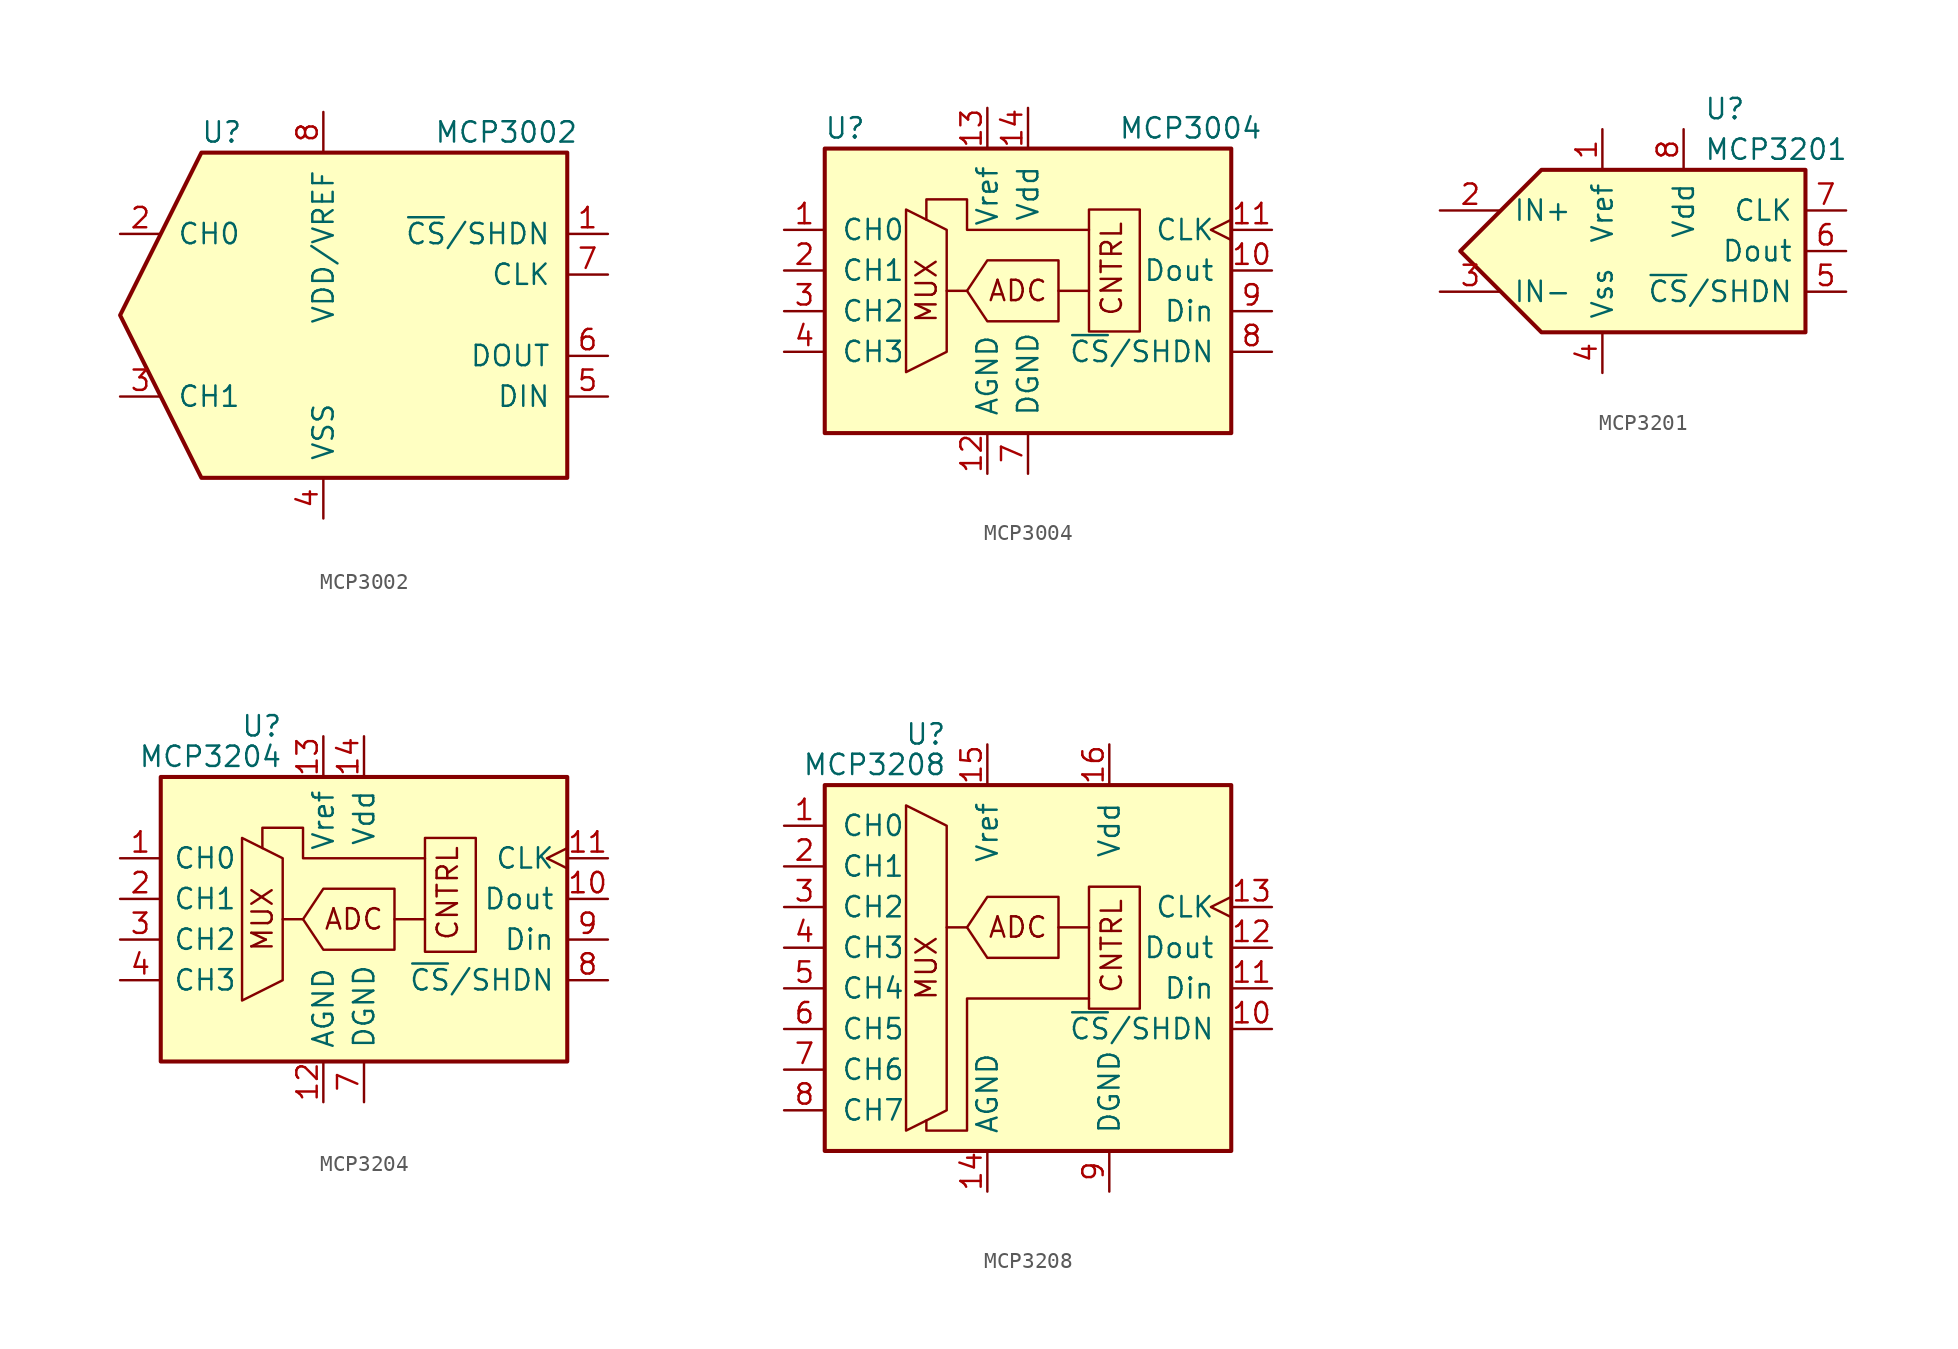
<source format=kicad_sym>
(kicad_symbol_lib
  (version 20200908)
  (generator kicad_symbol_editor)
  (symbol "Analog_ADC:MCP3002"
    (pin_names
      (offset 1.016))
    (property "Reference" "U"
      (at -6.35 11.43 0)
      (effects (font (size 1.27 1.27))))
    (property "Value" "MCP3002"
      (at 11.43 11.43 0)
      (effects (font (size 1.27 1.27))))
    (symbol "MCP3002_0_1"
      (polyline (pts (xy 15.24 10.16) (xy -7.62 10.16) (xy -12.7 0) (xy -7.62 -10.16) (xy 15.24 -10.16) (xy 15.24 10.16)) (stroke (width 0.254)) (fill (type background))))
    (symbol "MCP3002_1_1"
      (pin input line (at 17.78 5.08 180) (length 2.54) (name "~CS~/SHDN" (effects (font (size 1.27 1.27)))) (number "1" (effects (font (size 1.27 1.27)))))
      (pin passive line (at -12.7 5.08 0) (length 2.54) (name "CH0" (effects (font (size 1.27 1.27)))) (number "2" (effects (font (size 1.27 1.27)))))
      (pin passive line (at -12.7 -5.08 0) (length 2.54) (name "CH1" (effects (font (size 1.27 1.27)))) (number "3" (effects (font (size 1.27 1.27)))))
      (pin power_in line (at 0 -12.7 90) (length 2.54) (name "VSS" (effects (font (size 1.27 1.27)))) (number "4" (effects (font (size 1.27 1.27)))))
      (pin input line (at 17.78 -5.08 180) (length 2.54) (name "DIN" (effects (font (size 1.27 1.27)))) (number "5" (effects (font (size 1.27 1.27)))))
      (pin output line (at 17.78 -2.54 180) (length 2.54) (name "DOUT" (effects (font (size 1.27 1.27)))) (number "6" (effects (font (size 1.27 1.27)))))
      (pin input line (at 17.78 2.54 180) (length 2.54) (name "CLK" (effects (font (size 1.27 1.27)))) (number "7" (effects (font (size 1.27 1.27)))))
      (pin power_in line (at 0 12.7 270) (length 2.54) (name "VDD/VREF" (effects (font (size 1.27 1.27)))) (number "8" (effects (font (size 1.27 1.27)))))))
  (symbol "Analog_ADC:MCP3004"
    (pin_names
      (offset 1.016))
    (property "Reference" "U"
      (at -11.43 8.89 0)
      (effects (font (size 1.27 1.27))))
    (property "Value" "MCP3004"
      (at 10.16 8.89 0)
      (effects (font (size 1.27 1.27))))
    (symbol "MCP3004_0_0"
      (text "ADC" (at -0.635 -1.27 0) (effects (font (size 1.27 1.27))))
      (text "CNTRL" (at 5.969 -2.921 900) (effects (font (size 1.27 1.27)) (justify left bottom)))
      (text "MUX" (at -6.35 -1.27 900) (effects (font (size 1.27 1.27)))))
    (symbol "MCP3004_0_1"
      (rectangle (start 3.81 -3.81) (end 6.985 3.81) (stroke (width 0)) (fill (type none)))
      (rectangle (start 12.7 7.62) (end -12.7 -10.16) (stroke (width 0.254)) (fill (type background)))
      (polyline (pts (xy -5.08 -1.27) (xy -3.81 -1.27)) (stroke (width 0)) (fill (type none)))
      (polyline (pts (xy 1.905 -1.27) (xy 3.81 -1.27)) (stroke (width 0)) (fill (type none)))
      (polyline (pts (xy -7.62 3.81) (xy -7.62 -6.35) (xy -5.08 -5.08) (xy -5.08 2.54) (xy -7.62 3.81)) (stroke (width 0)) (fill (type none)))
      (polyline (pts (xy 3.81 2.54) (xy -3.81 2.54) (xy -3.81 4.445) (xy -6.35 4.445) (xy -6.35 3.175)) (stroke (width 0)) (fill (type none)))
      (polyline (pts (xy -3.81 -1.27) (xy -2.54 0.635) (xy 1.905 0.635) (xy 1.905 -3.175) (xy -2.54 -3.175) (xy -3.81 -1.27)) (stroke (width 0)) (fill (type none))))
    (symbol "MCP3004_1_1"
      (pin input line (at -15.24 2.54 0) (length 2.54) (name "CH0" (effects (font (size 1.27 1.27)))) (number "1" (effects (font (size 1.27 1.27)))))
      (pin output line (at 15.24 0 180) (length 2.54) (name "Dout" (effects (font (size 1.27 1.27)))) (number "10" (effects (font (size 1.27 1.27)))))
      (pin input clock (at 15.24 2.54 180) (length 2.54) (name "CLK" (effects (font (size 1.27 1.27)))) (number "11" (effects (font (size 1.27 1.27)))))
      (pin power_in line (at -2.54 -12.7 90) (length 2.54) (name "AGND" (effects (font (size 1.27 1.27)))) (number "12" (effects (font (size 1.27 1.27)))))
      (pin power_in line (at -2.54 10.16 270) (length 2.54) (name "Vref" (effects (font (size 1.27 1.27)))) (number "13" (effects (font (size 1.27 1.27)))))
      (pin power_in line (at 0 10.16 270) (length 2.54) (name "Vdd" (effects (font (size 1.27 1.27)))) (number "14" (effects (font (size 1.27 1.27)))))
      (pin input line (at -15.24 0 0) (length 2.54) (name "CH1" (effects (font (size 1.27 1.27)))) (number "2" (effects (font (size 1.27 1.27)))))
      (pin input line (at -15.24 -2.54 0) (length 2.54) (name "CH2" (effects (font (size 1.27 1.27)))) (number "3" (effects (font (size 1.27 1.27)))))
      (pin input line (at -15.24 -5.08 0) (length 2.54) (name "CH3" (effects (font (size 1.27 1.27)))) (number "4" (effects (font (size 1.27 1.27)))))
      (pin unconnected line (at -15.24 5.08 0) (length 2.54) hide (name "NC" (effects (font (size 1.27 1.27)))) (number "5" (effects (font (size 1.27 1.27)))))
      (pin unconnected line (at -15.24 -7.62 0) (length 2.54) hide (name "NC" (effects (font (size 1.27 1.27)))) (number "6" (effects (font (size 1.27 1.27)))))
      (pin power_in line (at 0 -12.7 90) (length 2.54) (name "DGND" (effects (font (size 1.27 1.27)))) (number "7" (effects (font (size 1.27 1.27)))))
      (pin input line (at 15.24 -5.08 180) (length 2.54) (name "~CS~/SHDN" (effects (font (size 1.27 1.27)))) (number "8" (effects (font (size 1.27 1.27)))))
      (pin input line (at 15.24 -2.54 180) (length 2.54) (name "Din" (effects (font (size 1.27 1.27)))) (number "9" (effects (font (size 1.27 1.27)))))))
  (symbol "Analog_ADC:MCP3201"
    (pin_names
      (offset 0.762))
    (property "Reference" "U"
      (at 3.81 8.89 0)
      (effects (font (size 1.27 1.27)) (justify left)))
    (property "Value" "MCP3201"
      (at 3.81 6.35 0)
      (effects (font (size 1.27 1.27)) (justify left)))
    (symbol "MCP3201_0_0"
      (polyline (pts (xy -11.43 0) (xy -6.35 5.08) (xy 10.16 5.08) (xy 10.16 -5.08) (xy -6.35 -5.08) (xy -11.43 0)) (stroke (width 0.254)) (fill (type background))))
    (symbol "MCP3201_1_1"
      (pin power_in line (at -2.54 7.62 270) (length 2.54) (name "Vref" (effects (font (size 1.27 1.27)))) (number "1" (effects (font (size 1.27 1.27)))))
      (pin input line (at -12.7 2.54 0) (length 3.81) (name "IN+" (effects (font (size 1.27 1.27)))) (number "2" (effects (font (size 1.27 1.27)))))
      (pin input line (at -12.7 -2.54 0) (length 3.81) (name "IN-" (effects (font (size 1.27 1.27)))) (number "3" (effects (font (size 1.27 1.27)))))
      (pin power_in line (at -2.54 -7.62 90) (length 2.54) (name "Vss" (effects (font (size 1.27 1.27)))) (number "4" (effects (font (size 1.27 1.27)))))
      (pin input line (at 12.7 -2.54 180) (length 2.54) (name "~CS~/SHDN" (effects (font (size 1.27 1.27)))) (number "5" (effects (font (size 1.27 1.27)))))
      (pin output line (at 12.7 0 180) (length 2.54) (name "Dout" (effects (font (size 1.27 1.27)))) (number "6" (effects (font (size 1.27 1.27)))))
      (pin input line (at 12.7 2.54 180) (length 2.54) (name "CLK" (effects (font (size 1.27 1.27)))) (number "7" (effects (font (size 1.27 1.27)))))
      (pin power_in line (at 2.54 7.62 270) (length 2.54) (name "Vdd" (effects (font (size 1.27 1.27)))) (number "8" (effects (font (size 1.27 1.27)))))))
  (symbol "Analog_ADC:MCP3204"
    (pin_names
      (offset 0.762))
    (property "Reference" "U"
      (at -5.08 10.795 0)
      (effects (font (size 1.27 1.27)) (justify right)))
    (property "Value" "MCP3204"
      (at -5.08 8.89 0)
      (effects (font (size 1.27 1.27)) (justify right)))
    (symbol "MCP3204_0_0"
      (text "ADC" (at -0.635 -1.27 0) (effects (font (size 1.27 1.27))))
      (text "CNTRL" (at 5.969 -2.667 900) (effects (font (size 1.27 1.27)) (justify left bottom)))
      (text "MUX" (at -6.35 -1.27 900) (effects (font (size 1.27 1.27)))))
    (symbol "MCP3204_0_1"
      (rectangle (start 3.81 -3.302) (end 6.985 3.81) (stroke (width 0)) (fill (type none)))
      (rectangle (start 12.7 7.62) (end -12.7 -10.16) (stroke (width 0.254)) (fill (type background)))
      (polyline (pts (xy -5.08 -1.27) (xy -3.81 -1.27)) (stroke (width 0)) (fill (type none)))
      (polyline (pts (xy 1.905 -1.27) (xy 3.81 -1.27)) (stroke (width 0)) (fill (type none)))
      (polyline (pts (xy -7.62 3.81) (xy -7.62 -6.35) (xy -5.08 -5.08) (xy -5.08 2.54) (xy -7.62 3.81)) (stroke (width 0)) (fill (type none)))
      (polyline (pts (xy 3.81 2.54) (xy -3.81 2.54) (xy -3.81 4.445) (xy -6.35 4.445) (xy -6.35 3.175)) (stroke (width 0)) (fill (type none)))
      (polyline (pts (xy -3.81 -1.27) (xy -2.54 0.635) (xy 1.905 0.635) (xy 1.905 -3.175) (xy -2.54 -3.175) (xy -3.81 -1.27)) (stroke (width 0)) (fill (type none))))
    (symbol "MCP3204_1_1"
      (pin input line (at -15.24 2.54 0) (length 2.54) (name "CH0" (effects (font (size 1.27 1.27)))) (number "1" (effects (font (size 1.27 1.27)))))
      (pin output line (at 15.24 0 180) (length 2.54) (name "Dout" (effects (font (size 1.27 1.27)))) (number "10" (effects (font (size 1.27 1.27)))))
      (pin input clock (at 15.24 2.54 180) (length 2.54) (name "CLK" (effects (font (size 1.27 1.27)))) (number "11" (effects (font (size 1.27 1.27)))))
      (pin power_in line (at -2.54 -12.7 90) (length 2.54) (name "AGND" (effects (font (size 1.27 1.27)))) (number "12" (effects (font (size 1.27 1.27)))))
      (pin power_in line (at -2.54 10.16 270) (length 2.54) (name "Vref" (effects (font (size 1.27 1.27)))) (number "13" (effects (font (size 1.27 1.27)))))
      (pin power_in line (at 0 10.16 270) (length 2.54) (name "Vdd" (effects (font (size 1.27 1.27)))) (number "14" (effects (font (size 1.27 1.27)))))
      (pin input line (at -15.24 0 0) (length 2.54) (name "CH1" (effects (font (size 1.27 1.27)))) (number "2" (effects (font (size 1.27 1.27)))))
      (pin input line (at -15.24 -2.54 0) (length 2.54) (name "CH2" (effects (font (size 1.27 1.27)))) (number "3" (effects (font (size 1.27 1.27)))))
      (pin input line (at -15.24 -5.08 0) (length 2.54) (name "CH3" (effects (font (size 1.27 1.27)))) (number "4" (effects (font (size 1.27 1.27)))))
      (pin unconnected line (at -10.16 -12.7 90) (length 2.54) hide (name "NC" (effects (font (size 1.27 1.27)))) (number "5" (effects (font (size 1.27 1.27)))))
      (pin unconnected line (at -7.62 -12.7 90) (length 2.54) hide (name "NC" (effects (font (size 1.27 1.27)))) (number "6" (effects (font (size 1.27 1.27)))))
      (pin power_in line (at 0 -12.7 90) (length 2.54) (name "DGND" (effects (font (size 1.27 1.27)))) (number "7" (effects (font (size 1.27 1.27)))))
      (pin input line (at 15.24 -5.08 180) (length 2.54) (name "~CS~/SHDN" (effects (font (size 1.27 1.27)))) (number "8" (effects (font (size 1.27 1.27)))))
      (pin input line (at 15.24 -2.54 180) (length 2.54) (name "Din" (effects (font (size 1.27 1.27)))) (number "9" (effects (font (size 1.27 1.27)))))))
  (symbol "Analog_ADC:MCP3208"
    (pin_names
      (offset 1.016))
    (property "Reference" "U"
      (at -5.08 13.335 0)
      (effects (font (size 1.27 1.27)) (justify right)))
    (property "Value" "MCP3208"
      (at -5.08 11.43 0)
      (effects (font (size 1.27 1.27)) (justify right)))
    (symbol "MCP3208_0_0"
      (text "ADC" (at -0.635 1.27 0) (effects (font (size 1.27 1.27))))
      (text "CNTRL" (at 5.969 -2.921 900) (effects (font (size 1.27 1.27)) (justify left bottom)))
      (text "MUX" (at -6.35 -1.27 900) (effects (font (size 1.27 1.27)))))
    (symbol "MCP3208_0_1"
      (rectangle (start 3.81 -3.81) (end 6.985 3.81) (stroke (width 0)) (fill (type none)))
      (rectangle (start 12.7 -12.7) (end -12.7 10.16) (stroke (width 0.254)) (fill (type background)))
      (polyline (pts (xy -3.81 1.27) (xy -5.08 1.27)) (stroke (width 0)) (fill (type none)))
      (polyline (pts (xy 1.905 1.27) (xy 3.81 1.27)) (stroke (width 0)) (fill (type none)))
      (polyline (pts (xy -7.62 8.89) (xy -7.62 -11.43) (xy -5.08 -10.16) (xy -5.08 7.62) (xy -7.62 8.89)) (stroke (width 0)) (fill (type none)))
      (polyline (pts (xy 3.81 -3.175) (xy -3.81 -3.175) (xy -3.81 -11.43) (xy -6.35 -11.43) (xy -6.35 -10.795)) (stroke (width 0)) (fill (type none)))
      (polyline (pts (xy 1.905 3.175) (xy 1.905 -0.635) (xy -2.54 -0.635) (xy -3.81 1.27) (xy -2.54 3.175) (xy 1.905 3.175)) (stroke (width 0)) (fill (type none))))
    (symbol "MCP3208_1_1"
      (pin input line (at -15.24 7.62 0) (length 2.54) (name "CH0" (effects (font (size 1.27 1.27)))) (number "1" (effects (font (size 1.27 1.27)))))
      (pin input line (at 15.24 -5.08 180) (length 2.54) (name "~CS~/SHDN" (effects (font (size 1.27 1.27)))) (number "10" (effects (font (size 1.27 1.27)))))
      (pin input line (at 15.24 -2.54 180) (length 2.54) (name "Din" (effects (font (size 1.27 1.27)))) (number "11" (effects (font (size 1.27 1.27)))))
      (pin output line (at 15.24 0 180) (length 2.54) (name "Dout" (effects (font (size 1.27 1.27)))) (number "12" (effects (font (size 1.27 1.27)))))
      (pin input clock (at 15.24 2.54 180) (length 2.54) (name "CLK" (effects (font (size 1.27 1.27)))) (number "13" (effects (font (size 1.27 1.27)))))
      (pin power_in line (at -2.54 -15.24 90) (length 2.54) (name "AGND" (effects (font (size 1.27 1.27)))) (number "14" (effects (font (size 1.27 1.27)))))
      (pin power_in line (at -2.54 12.7 270) (length 2.54) (name "Vref" (effects (font (size 1.27 1.27)))) (number "15" (effects (font (size 1.27 1.27)))))
      (pin power_in line (at 5.08 12.7 270) (length 2.54) (name "Vdd" (effects (font (size 1.27 1.27)))) (number "16" (effects (font (size 1.27 1.27)))))
      (pin input line (at -15.24 5.08 0) (length 2.54) (name "CH1" (effects (font (size 1.27 1.27)))) (number "2" (effects (font (size 1.27 1.27)))))
      (pin input line (at -15.24 2.54 0) (length 2.54) (name "CH2" (effects (font (size 1.27 1.27)))) (number "3" (effects (font (size 1.27 1.27)))))
      (pin input line (at -15.24 0 0) (length 2.54) (name "CH3" (effects (font (size 1.27 1.27)))) (number "4" (effects (font (size 1.27 1.27)))))
      (pin input line (at -15.24 -2.54 0) (length 2.54) (name "CH4" (effects (font (size 1.27 1.27)))) (number "5" (effects (font (size 1.27 1.27)))))
      (pin input line (at -15.24 -5.08 0) (length 2.54) (name "CH5" (effects (font (size 1.27 1.27)))) (number "6" (effects (font (size 1.27 1.27)))))
      (pin input line (at -15.24 -7.62 0) (length 2.54) (name "CH6" (effects (font (size 1.27 1.27)))) (number "7" (effects (font (size 1.27 1.27)))))
      (pin input line (at -15.24 -10.16 0) (length 2.54) (name "CH7" (effects (font (size 1.27 1.27)))) (number "8" (effects (font (size 1.27 1.27)))))
      (pin power_in line (at 5.08 -15.24 90) (length 2.54) (name "DGND" (effects (font (size 1.27 1.27)))) (number "9" (effects (font (size 1.27 1.27))))))))
</source>
